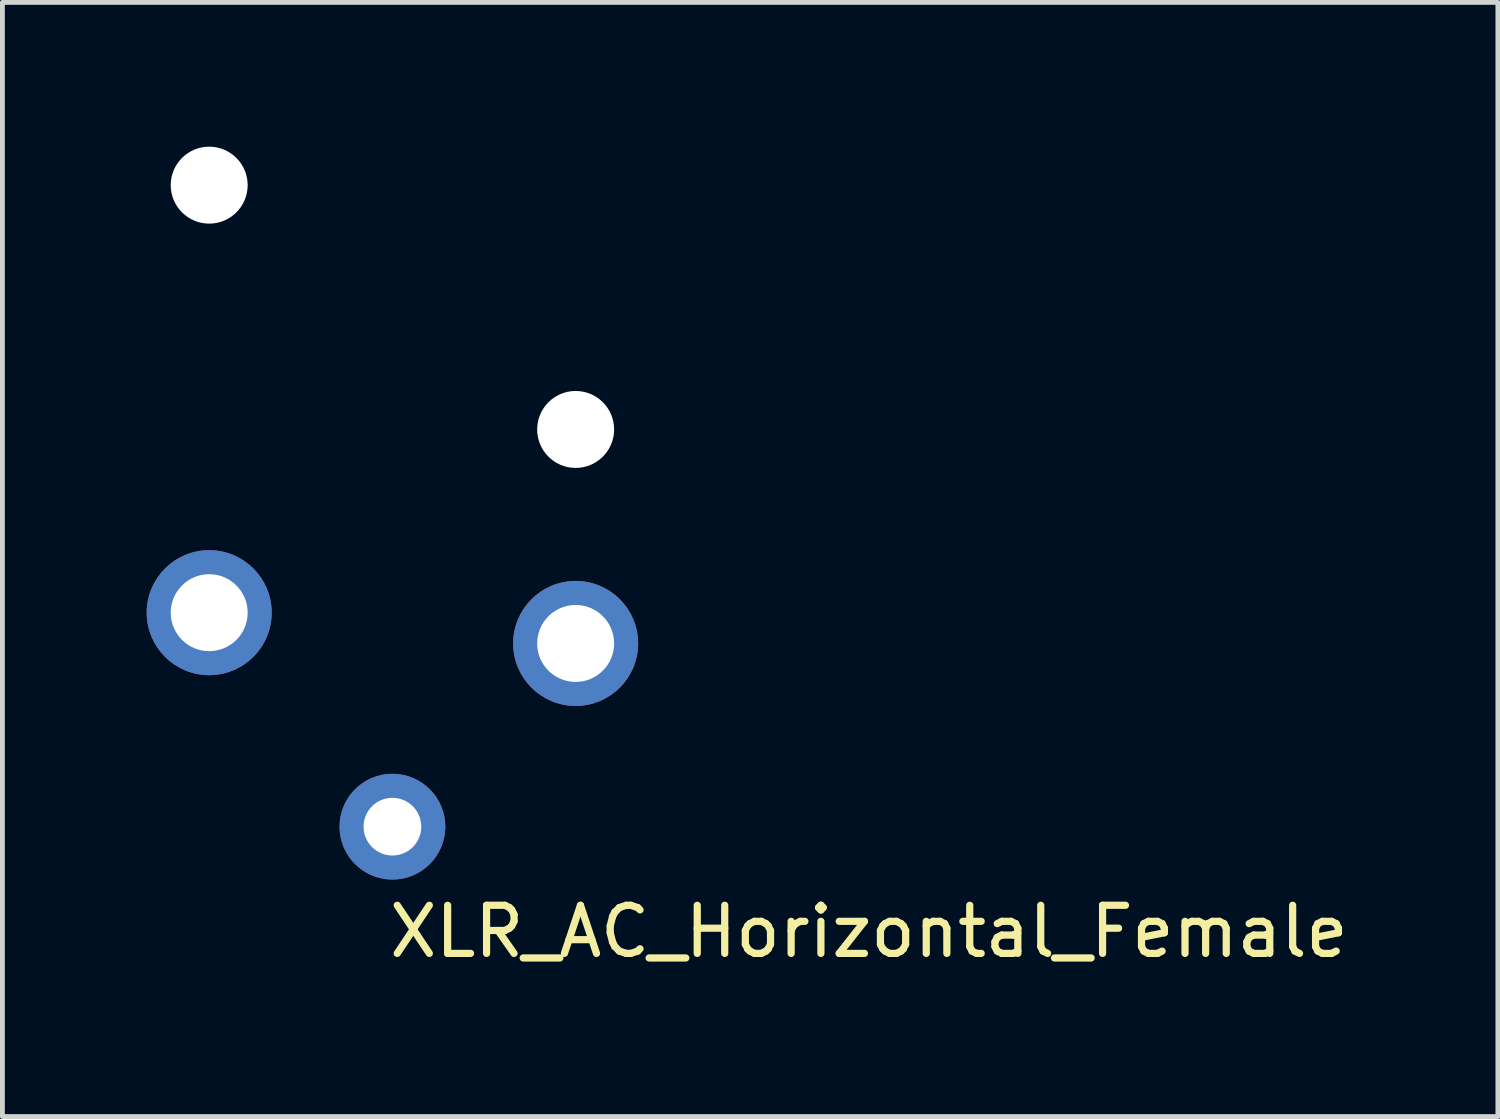
<source format=kicad_pcb>
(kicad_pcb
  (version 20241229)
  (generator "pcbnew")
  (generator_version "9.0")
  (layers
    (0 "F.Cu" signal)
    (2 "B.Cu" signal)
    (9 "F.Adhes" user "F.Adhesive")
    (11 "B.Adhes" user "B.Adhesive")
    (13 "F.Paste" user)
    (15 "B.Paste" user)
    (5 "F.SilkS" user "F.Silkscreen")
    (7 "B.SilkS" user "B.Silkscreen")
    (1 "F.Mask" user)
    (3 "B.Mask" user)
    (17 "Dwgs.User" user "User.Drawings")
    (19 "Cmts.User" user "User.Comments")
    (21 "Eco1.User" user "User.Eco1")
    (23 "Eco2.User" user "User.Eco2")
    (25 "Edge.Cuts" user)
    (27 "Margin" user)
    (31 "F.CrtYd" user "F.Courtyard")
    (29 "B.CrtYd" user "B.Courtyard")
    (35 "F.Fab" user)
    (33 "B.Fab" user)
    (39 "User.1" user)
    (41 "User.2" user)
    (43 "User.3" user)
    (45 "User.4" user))
  (footprint "XLR_AC_Horizontal_Female"
    (layer "F.Cu")
    (at 5.11 9.69)
    (property "Reference" "XLR_AC_Horizontal_Female" (at 9.91 6.63 0) (layer "F.SilkS") (effects (font (size 1 1) (thickness 0.15))))
    (attr through_hole)
    (pad "" np_thru_hole circle (at -3.81 -8.89) (size 1.6 1.6) (drill 1.6) (layers "*.Cu" "*.Mask"))
    (pad "" np_thru_hole circle (at 3.81 -3.81) (size 1.6 1.6) (drill 1.6) (layers "*.Cu" "*.Mask"))
    (pad "1" thru_hole circle (at -3.81 0) (size 2.6 2.6) (drill 1.6) (layers "*.Cu" "*.Mask"))
    (pad "2" thru_hole circle (at 3.81 0.64) (size 2.6 2.6) (drill 1.6) (layers "*.Cu" "*.Mask"))
    (pad "3" thru_hole circle (at 0 4.45) (size 2.2 2.2) (drill 1.2) (layers "*.Cu" "*.Mask")))
  (gr_rect
    (start -3 -3)
    (end 28.097 20.168)
    (stroke (width 0.1) (type default))
    (fill no)
    (layer "Edge.Cuts")))
</source>
